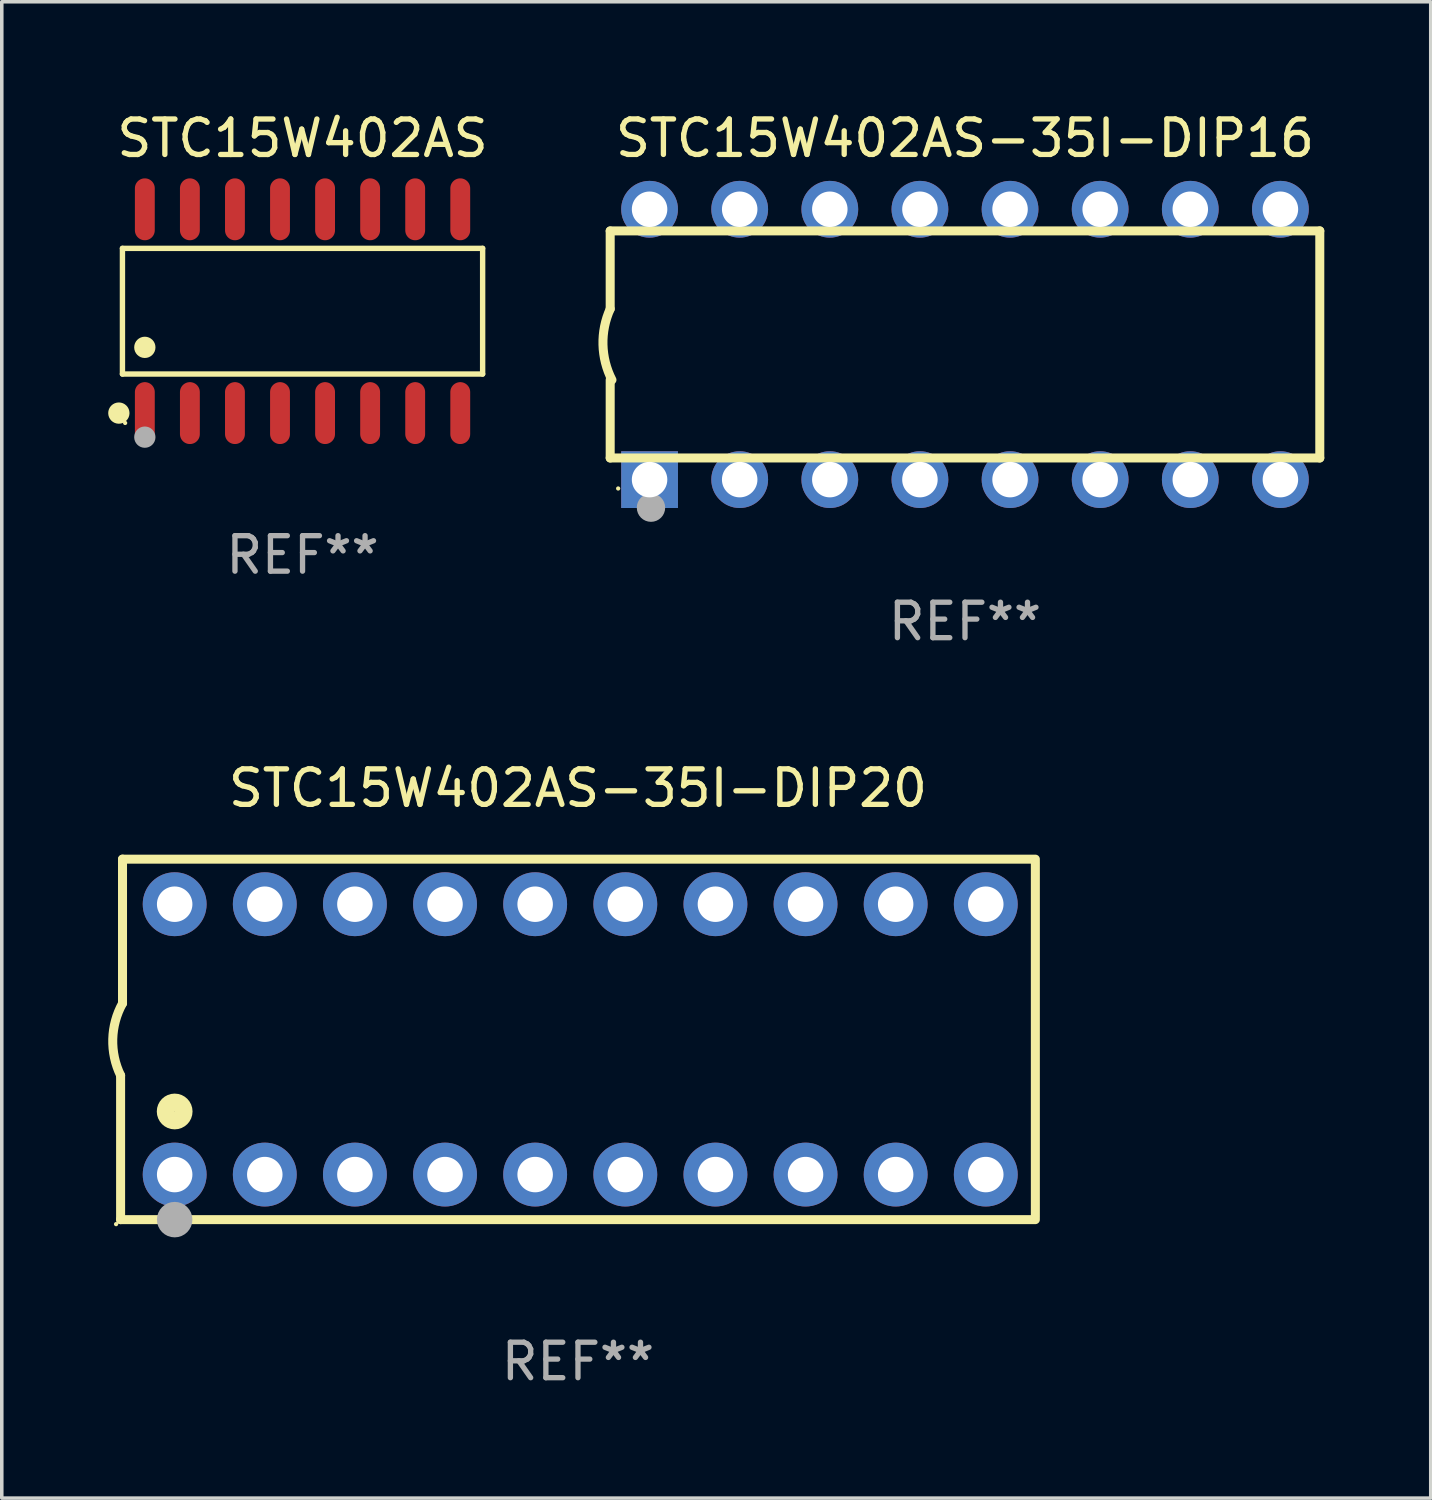
<source format=kicad_pcb>
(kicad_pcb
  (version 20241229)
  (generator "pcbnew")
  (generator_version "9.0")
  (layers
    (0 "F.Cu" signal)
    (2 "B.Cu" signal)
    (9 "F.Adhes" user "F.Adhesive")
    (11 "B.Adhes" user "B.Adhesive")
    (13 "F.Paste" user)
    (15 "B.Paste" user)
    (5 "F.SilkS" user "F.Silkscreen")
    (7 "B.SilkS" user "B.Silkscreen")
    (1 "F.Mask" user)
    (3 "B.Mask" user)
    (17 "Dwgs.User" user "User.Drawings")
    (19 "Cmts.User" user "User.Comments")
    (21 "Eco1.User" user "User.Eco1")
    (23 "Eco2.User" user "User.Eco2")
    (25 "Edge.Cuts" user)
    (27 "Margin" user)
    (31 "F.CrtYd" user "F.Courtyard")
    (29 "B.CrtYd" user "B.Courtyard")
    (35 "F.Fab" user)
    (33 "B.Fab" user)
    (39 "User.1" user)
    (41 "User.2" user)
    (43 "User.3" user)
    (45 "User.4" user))
  (footprint "STC15W402AS"
    (layer "F.Cu")
    (at 5.477 5.721)
    (property "Reference" "STC15W402AS" (at 0 -4.872 0) (layer "F.SilkS") (effects (font (size 1 1) (thickness 0.15))))
    (attr through_hole)
    (fp_line (start -5.076 -1.771) (end 5.076 -1.771) (stroke (width 0.152) (type solid)) (layer "F.SilkS"))
    (fp_line (start -5.076 1.771) (end -5.076 -1.771) (stroke (width 0.152) (type solid)) (layer "F.SilkS"))
    (fp_line (start 5.076 -1.771) (end 5.076 1.771) (stroke (width 0.152) (type solid)) (layer "F.SilkS"))
    (fp_line (start 5.076 1.771) (end -5.076 1.771) (stroke (width 0.152) (type solid)) (layer "F.SilkS"))
    (fp_circle (center -5.177 2.872) (end -5.027 2.872) (stroke (width 0.3) (type solid)) (fill no) (layer "F.SilkS"))
    (fp_circle (center -5 3.15) (end -4.97 3.15) (stroke (width 0.06) (type solid)) (fill no) (layer "F.SilkS"))
    (fp_circle (center -4.445 1.019) (end -4.295 1.019) (stroke (width 0.3) (type solid)) (fill no) (layer "F.SilkS"))
    (fp_circle (center -4.445 3.55) (end -4.295 3.55) (stroke (width 0.3) (type solid)) (fill no) (layer "F.Fab"))
    (fp_text user "REF**" (at 0 6.872 0) (layer "F.Fab") (effects (font (size 1 1) (thickness 0.15))))
    (pad "1" smd oval (at -4.445 2.872) (size 0.56 1.745) (layers "F.Cu" "F.Mask" "F.Paste"))
    (pad "2" smd oval (at -3.175 2.872) (size 0.56 1.745) (layers "F.Cu" "F.Mask" "F.Paste"))
    (pad "3" smd oval (at -1.905 2.872) (size 0.56 1.745) (layers "F.Cu" "F.Mask" "F.Paste"))
    (pad "4" smd oval (at -0.635 2.872) (size 0.56 1.745) (layers "F.Cu" "F.Mask" "F.Paste"))
    (pad "5" smd oval (at 0.635 2.872) (size 0.56 1.745) (layers "F.Cu" "F.Mask" "F.Paste"))
    (pad "6" smd oval (at 1.905 2.872) (size 0.56 1.745) (layers "F.Cu" "F.Mask" "F.Paste"))
    (pad "7" smd oval (at 3.175 2.872) (size 0.56 1.745) (layers "F.Cu" "F.Mask" "F.Paste"))
    (pad "8" smd oval (at 4.445 2.872) (size 0.56 1.745) (layers "F.Cu" "F.Mask" "F.Paste"))
    (pad "9" smd oval (at 4.445 -2.872) (size 0.56 1.745) (layers "F.Cu" "F.Mask" "F.Paste"))
    (pad "10" smd oval (at 3.175 -2.872) (size 0.56 1.745) (layers "F.Cu" "F.Mask" "F.Paste"))
    (pad "11" smd oval (at 1.905 -2.872) (size 0.56 1.745) (layers "F.Cu" "F.Mask" "F.Paste"))
    (pad "12" smd oval (at 0.635 -2.872) (size 0.56 1.745) (layers "F.Cu" "F.Mask" "F.Paste"))
    (pad "13" smd oval (at -0.635 -2.872) (size 0.56 1.745) (layers "F.Cu" "F.Mask" "F.Paste"))
    (pad "14" smd oval (at -1.905 -2.872) (size 0.56 1.745) (layers "F.Cu" "F.Mask" "F.Paste"))
    (pad "15" smd oval (at -3.175 -2.872) (size 0.56 1.745) (layers "F.Cu" "F.Mask" "F.Paste"))
    (pad "16" smd oval (at -4.445 -2.872) (size 0.56 1.745) (layers "F.Cu" "F.Mask" "F.Paste")))
  (footprint "STC15W402AS-35I-DIP20"
    (layer "F.Cu")
    (at 13.24 26.245)
    (property "Reference" "STC15W402AS-35I-DIP20" (at 0 -7.08 0) (layer "F.SilkS") (effects (font (size 1 1) (thickness 0.15))))
    (attr through_hole)
    (fp_line (start -12.891 5.08) (end -12.891 1.016) (stroke (width 0.254) (type solid)) (layer "F.SilkS"))
    (fp_line (start -12.891 5.08) (end 12.891 5.08) (stroke (width 0.254) (type solid)) (layer "F.SilkS"))
    (fp_line (start -12.837 -5.08) (end -12.837 -1.397) (stroke (width 0.254) (type solid)) (layer "F.SilkS"))
    (fp_line (start -12.837 -5.08) (end 12.891 -5.08) (stroke (width 0.254) (type solid)) (layer "F.SilkS"))
    (fp_line (start -12.837 -1.397) (end -12.837 -1.016) (stroke (width 0.254) (type solid)) (layer "F.SilkS"))
    (fp_line (start 12.891 -5) (end 12.891 5) (stroke (width 0.254) (type solid)) (layer "F.SilkS"))
    (fp_arc (start -12.890526 1.016002) (mid -13.111945 -0.006602) (end -12.836525 -1.016002) (stroke (width 0.254001) (type solid)) (layer "F.SilkS"))
    (fp_circle (center -13.018 5.207) (end -12.988 5.207) (stroke (width 0.06) (type solid)) (fill no) (layer "F.SilkS"))
    (fp_circle (center -11.367 2.032) (end -11.113 2.032) (stroke (width 0.5) (type solid)) (fill no) (layer "F.SilkS"))
    (fp_circle (center -11.367 5.08) (end -11.117 5.08) (stroke (width 0.5) (type solid)) (fill no) (layer "F.Fab"))
    (fp_text user "REF**" (at 0 9.08 0) (layer "F.Fab") (effects (font (size 1 1) (thickness 0.15))))
    (pad "1" thru_hole circle (at -11.367 3.81) (size 1.8 1.8) (drill 1) (layers "*.Cu" "*.Mask"))
    (pad "2" thru_hole circle (at -8.827 3.81) (size 1.8 1.8) (drill 1) (layers "*.Cu" "*.Mask"))
    (pad "3" thru_hole circle (at -6.287 3.81) (size 1.8 1.8) (drill 1) (layers "*.Cu" "*.Mask"))
    (pad "4" thru_hole circle (at -3.747 3.81) (size 1.8 1.8) (drill 1) (layers "*.Cu" "*.Mask"))
    (pad "5" thru_hole circle (at -1.207 3.81) (size 1.8 1.8) (drill 1) (layers "*.Cu" "*.Mask"))
    (pad "6" thru_hole circle (at 1.334 3.81) (size 1.8 1.8) (drill 1) (layers "*.Cu" "*.Mask"))
    (pad "7" thru_hole circle (at 3.874 3.81) (size 1.8 1.8) (drill 1) (layers "*.Cu" "*.Mask"))
    (pad "8" thru_hole circle (at 6.414 3.81) (size 1.8 1.8) (drill 1) (layers "*.Cu" "*.Mask"))
    (pad "9" thru_hole circle (at 8.954 3.81) (size 1.8 1.8) (drill 1) (layers "*.Cu" "*.Mask"))
    (pad "10" thru_hole circle (at 11.494 3.81) (size 1.8 1.8) (drill 1) (layers "*.Cu" "*.Mask"))
    (pad "11" thru_hole circle (at 11.494 -3.81) (size 1.8 1.8) (drill 1) (layers "*.Cu" "*.Mask"))
    (pad "12" thru_hole circle (at 8.954 -3.81) (size 1.8 1.8) (drill 1) (layers "*.Cu" "*.Mask"))
    (pad "13" thru_hole circle (at 6.414 -3.81) (size 1.8 1.8) (drill 1) (layers "*.Cu" "*.Mask"))
    (pad "14" thru_hole circle (at 3.874 -3.81) (size 1.8 1.8) (drill 1) (layers "*.Cu" "*.Mask"))
    (pad "15" thru_hole circle (at 1.334 -3.81) (size 1.8 1.8) (drill 1) (layers "*.Cu" "*.Mask"))
    (pad "16" thru_hole circle (at -1.207 -3.81) (size 1.8 1.8) (drill 1) (layers "*.Cu" "*.Mask"))
    (pad "17" thru_hole circle (at -3.747 -3.81) (size 1.8 1.8) (drill 1) (layers "*.Cu" "*.Mask"))
    (pad "18" thru_hole circle (at -6.287 -3.81) (size 1.8 1.8) (drill 1) (layers "*.Cu" "*.Mask"))
    (pad "19" thru_hole circle (at -8.827 -3.81) (size 1.8 1.8) (drill 1) (layers "*.Cu" "*.Mask"))
    (pad "20" thru_hole circle (at -11.367 -3.81) (size 1.8 1.8) (drill 1) (layers "*.Cu" "*.Mask")))
  (footprint "STC15W402AS-35I-DIP16"
    (layer "F.Cu")
    (at 24.148 6.658)
    (property "Reference" "STC15W402AS-35I-DIP16" (at 0 -5.81 0) (layer "F.SilkS") (effects (font (size 1 1) (thickness 0.15))))
    (attr through_hole)
    (fp_line (start -10 -0.998) (end -10 -3.198) (stroke (width 0.254) (type solid)) (layer "F.SilkS"))
    (fp_line (start -10 3.2) (end -10 1) (stroke (width 0.254) (type solid)) (layer "F.SilkS"))
    (fp_line (start 10 -3.2) (end -10 -3.2) (stroke (width 0.254) (type solid)) (layer "F.SilkS"))
    (fp_line (start 10 3.2) (end -10 3.2) (stroke (width 0.254) (type solid)) (layer "F.SilkS"))
    (fp_line (start 10 3.2) (end 10 -3.2) (stroke (width 0.254) (type solid)) (layer "F.SilkS"))
    (fp_arc (start -9.949975 0.999974) (mid -10.203153 0.005693) (end -9.999987 -1) (stroke (width 0.254001) (type solid)) (layer "F.SilkS"))
    (fp_circle (center -9.775 4.06) (end -9.745 4.06) (stroke (width 0.06) (type solid)) (fill no) (layer "F.SilkS"))
    (fp_circle (center -8.85 4.6) (end -8.65 4.6) (stroke (width 0.4) (type solid)) (fill no) (layer "F.Fab"))
    (fp_text user "REF**" (at 0 7.81 0) (layer "F.Fab") (effects (font (size 1 1) (thickness 0.15))))
    (pad "1" thru_hole rect (at -8.89 3.81 90) (size 1.6 1.6) (drill 1) (layers "*.Cu" "*.Mask"))
    (pad "2" thru_hole circle (at -6.35 3.81) (size 1.6 1.6) (drill 1) (layers "*.Cu" "*.Mask"))
    (pad "3" thru_hole circle (at -3.81 3.81) (size 1.6 1.6) (drill 1) (layers "*.Cu" "*.Mask"))
    (pad "4" thru_hole circle (at -1.27 3.81) (size 1.6 1.6) (drill 1) (layers "*.Cu" "*.Mask"))
    (pad "5" thru_hole circle (at 1.27 3.81) (size 1.6 1.6) (drill 1) (layers "*.Cu" "*.Mask"))
    (pad "6" thru_hole circle (at 3.81 3.81) (size 1.6 1.6) (drill 1) (layers "*.Cu" "*.Mask"))
    (pad "7" thru_hole circle (at 6.35 3.81) (size 1.6 1.6) (drill 1) (layers "*.Cu" "*.Mask"))
    (pad "8" thru_hole circle (at 8.89 3.81) (size 1.6 1.6) (drill 1) (layers "*.Cu" "*.Mask"))
    (pad "9" thru_hole circle (at 8.89 -3.81) (size 1.6 1.6) (drill 1) (layers "*.Cu" "*.Mask"))
    (pad "10" thru_hole circle (at 6.35 -3.81) (size 1.6 1.6) (drill 1) (layers "*.Cu" "*.Mask"))
    (pad "11" thru_hole circle (at 3.81 -3.81) (size 1.6 1.6) (drill 1) (layers "*.Cu" "*.Mask"))
    (pad "12" thru_hole circle (at 1.27 -3.81) (size 1.6 1.6) (drill 1) (layers "*.Cu" "*.Mask"))
    (pad "13" thru_hole circle (at -1.27 -3.81) (size 1.6 1.6) (drill 1) (layers "*.Cu" "*.Mask"))
    (pad "14" thru_hole circle (at -3.81 -3.81) (size 1.6 1.6) (drill 1) (layers "*.Cu" "*.Mask"))
    (pad "15" thru_hole circle (at -6.35 -3.81) (size 1.6 1.6) (drill 1) (layers "*.Cu" "*.Mask"))
    (pad "16" thru_hole circle (at -8.89 -3.81) (size 1.6 1.6) (drill 1) (layers "*.Cu" "*.Mask")))
  (gr_rect
    (start -3 -3)
    (end 37.275 39.173)
    (stroke (width 0.1) (type default))
    (fill no)
    (layer "Edge.Cuts")))
</source>
